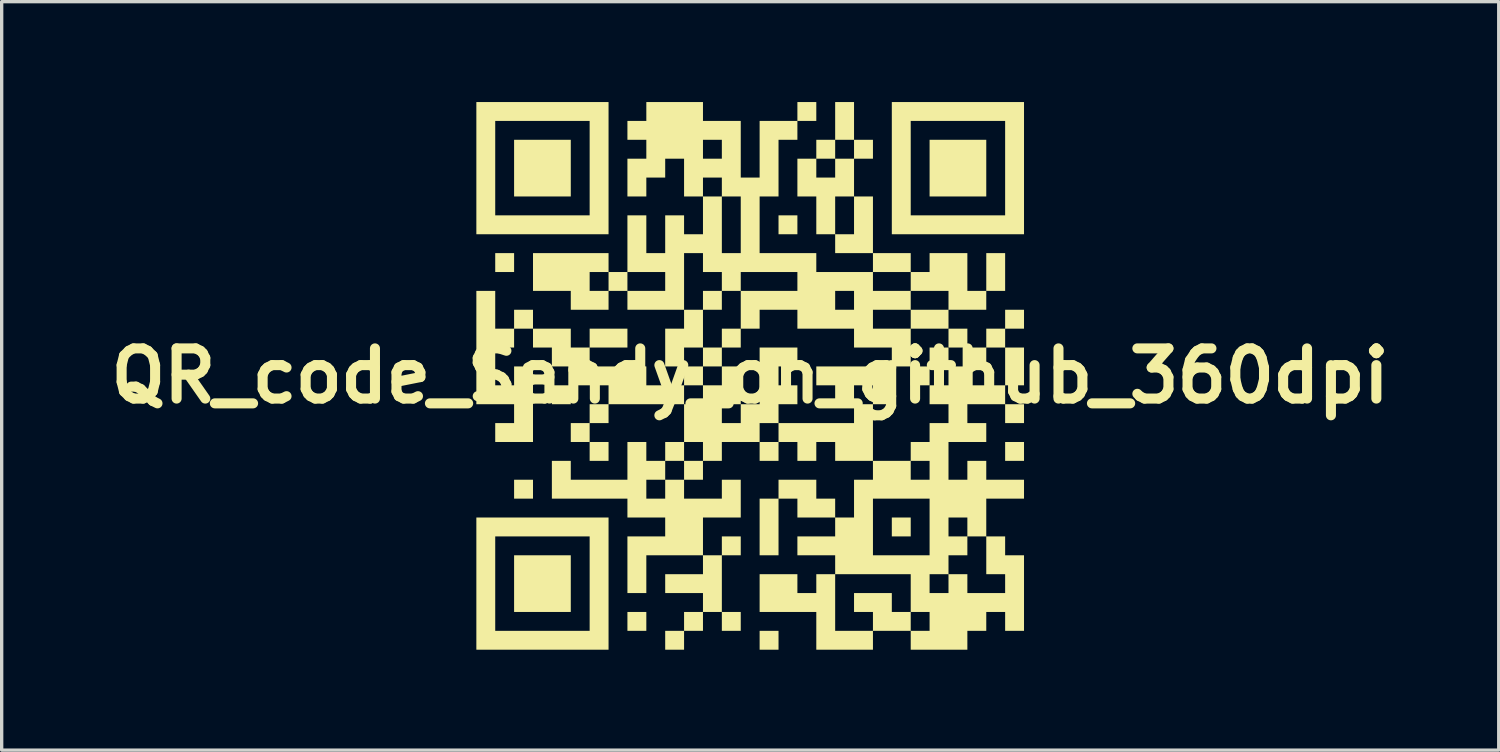
<source format=kicad_pcb>
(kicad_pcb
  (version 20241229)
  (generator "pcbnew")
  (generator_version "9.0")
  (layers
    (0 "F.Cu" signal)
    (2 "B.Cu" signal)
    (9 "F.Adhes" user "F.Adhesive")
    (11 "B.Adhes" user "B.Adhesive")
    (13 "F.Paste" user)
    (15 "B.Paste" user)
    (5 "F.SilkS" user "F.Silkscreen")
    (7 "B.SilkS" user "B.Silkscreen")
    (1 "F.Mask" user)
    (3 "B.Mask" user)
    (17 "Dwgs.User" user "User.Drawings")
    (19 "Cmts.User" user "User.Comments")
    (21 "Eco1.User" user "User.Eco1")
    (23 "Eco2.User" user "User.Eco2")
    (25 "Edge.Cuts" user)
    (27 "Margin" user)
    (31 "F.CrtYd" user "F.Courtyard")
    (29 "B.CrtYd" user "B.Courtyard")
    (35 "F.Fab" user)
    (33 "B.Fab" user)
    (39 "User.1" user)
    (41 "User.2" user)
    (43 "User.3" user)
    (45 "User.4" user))
  (footprint "QR_code_Sandy_on_github_360dpi"
    (layer "F.Cu")
    (at 19.371 8.184)
    (property "Reference" "QR_code_Sandy_on_github_360dpi" (at 0 0 0) (layer "F.SilkS") (effects (font (size 1.5 1.5) (thickness 0.3))))
    (attr board_only exclude_from_pos_files exclude_from_bom)
    (fp_poly (pts (xy -7.056 -3.387) (xy -7.056 -3.104) (xy -7.338 -3.104) (xy -7.62 -3.104) (xy -7.62 -3.387) (xy -7.62 -3.669) (xy -7.338 -3.669) (xy -7.056 -3.669)) (stroke (width 0) (type solid)) (fill yes) (layer "F.SilkS"))
    (fp_poly (pts (xy -6.491 3.387) (xy -6.491 3.669) (xy -6.773 3.669) (xy -7.056 3.669) (xy -7.056 3.387) (xy -7.056 3.104) (xy -6.773 3.104) (xy -6.491 3.104)) (stroke (width 0) (type solid)) (fill yes) (layer "F.SilkS"))
    (fp_poly (pts (xy -5.362 -6.209) (xy -5.362 -5.362) (xy -6.209 -5.362) (xy -7.056 -5.362) (xy -7.056 -6.209) (xy -7.056 -7.056) (xy -6.209 -7.056) (xy -5.362 -7.056)) (stroke (width 0) (type solid)) (fill yes) (layer "F.SilkS"))
    (fp_poly (pts (xy -5.362 6.209) (xy -5.362 7.056) (xy -6.209 7.056) (xy -7.056 7.056) (xy -7.056 6.209) (xy -7.056 5.362) (xy -6.209 5.362) (xy -5.362 5.362)) (stroke (width 0) (type solid)) (fill yes) (layer "F.SilkS"))
    (fp_poly (pts (xy -4.233 2.258) (xy -4.233 2.54) (xy -4.516 2.54) (xy -4.798 2.54) (xy -4.798 2.258) (xy -4.798 1.976) (xy -4.516 1.976) (xy -4.233 1.976)) (stroke (width 0) (type solid)) (fill yes) (layer "F.SilkS"))
    (fp_poly (pts (xy -3.104 7.338) (xy -3.104 7.62) (xy -3.387 7.62) (xy -3.669 7.62) (xy -3.669 7.338) (xy -3.669 7.056) (xy -3.387 7.056) (xy -3.104 7.056)) (stroke (width 0) (type solid)) (fill yes) (layer "F.SilkS"))
    (fp_poly (pts (xy -0.847 -2.258) (xy -0.847 -1.976) (xy -1.129 -1.976) (xy -1.411 -1.976) (xy -1.411 -2.258) (xy -1.411 -2.54) (xy -1.129 -2.54) (xy -0.847 -2.54)) (stroke (width 0) (type solid)) (fill yes) (layer "F.SilkS"))
    (fp_poly (pts (xy -0.282 7.338) (xy -0.282 7.62) (xy -0.564 7.62) (xy -0.847 7.62) (xy -0.847 7.338) (xy -0.847 7.056) (xy -0.564 7.056) (xy -0.282 7.056)) (stroke (width 0) (type solid)) (fill yes) (layer "F.SilkS"))
    (fp_poly (pts (xy 0.847 7.902) (xy 0.847 8.184) (xy 0.564 8.184) (xy 0.282 8.184) (xy 0.282 7.902) (xy 0.282 7.62) (xy 0.564 7.62) (xy 0.847 7.62)) (stroke (width 0) (type solid)) (fill yes) (layer "F.SilkS"))
    (fp_poly (pts (xy 1.411 -4.516) (xy 1.411 -4.233) (xy 1.129 -4.233) (xy 0.847 -4.233) (xy 0.847 -4.516) (xy 0.847 -4.798) (xy 1.129 -4.798) (xy 1.411 -4.798)) (stroke (width 0) (type solid)) (fill yes) (layer "F.SilkS"))
    (fp_poly (pts (xy 4.798 4.516) (xy 4.798 4.798) (xy 4.516 4.798) (xy 4.233 4.798) (xy 4.233 4.516) (xy 4.233 4.233) (xy 4.516 4.233) (xy 4.798 4.233)) (stroke (width 0) (type solid)) (fill yes) (layer "F.SilkS"))
    (fp_poly (pts (xy 7.056 -6.209) (xy 7.056 -5.362) (xy 6.209 -5.362) (xy 5.362 -5.362) (xy 5.362 -6.209) (xy 5.362 -7.056) (xy 6.209 -7.056) (xy 7.056 -7.056)) (stroke (width 0) (type solid)) (fill yes) (layer "F.SilkS"))
    (fp_poly (pts (xy 8.184 1.129) (xy 8.184 1.411) (xy 7.902 1.411) (xy 7.62 1.411) (xy 7.62 1.129) (xy 7.62 0.847) (xy 7.902 0.847) (xy 8.184 0.847)) (stroke (width 0) (type solid)) (fill yes) (layer "F.SilkS"))
    (fp_poly (pts (xy 8.184 2.258) (xy 8.184 2.54) (xy 7.902 2.54) (xy 7.62 2.54) (xy 7.62 2.258) (xy 7.62 1.976) (xy 7.902 1.976) (xy 8.184 1.976)) (stroke (width 0) (type solid)) (fill yes) (layer "F.SilkS"))
    (fp_poly (pts (xy -1.411 -1.411) (xy -1.411 -0.847) (xy -1.693 -0.847) (xy -1.976 -0.847) (xy -1.976 -0.564) (xy -1.976 -0.282) (xy -2.258 -0.282) (xy -2.54 -0.282) (xy -2.54 -0.847) (xy -2.54 -1.411) (xy -2.258 -1.411) (xy -1.976 -1.411) (xy -1.976 -1.693) (xy -1.976 -1.976) (xy -1.693 -1.976) (xy -1.411 -1.976)) (stroke (width 0) (type solid)) (fill yes) (layer "F.SilkS"))
    (fp_poly (pts (xy -0.282 -1.129) (xy -0.282 -0.847) (xy -0.564 -0.847) (xy -0.847 -0.847) (xy -0.847 -0.564) (xy -0.847 -0.282) (xy -1.129 -0.282) (xy -1.411 -0.282) (xy -1.411 -0.564) (xy -1.411 -0.847) (xy -1.129 -0.847) (xy -0.847 -0.847) (xy -0.847 -1.129) (xy -0.847 -1.411) (xy -0.564 -1.411) (xy -0.282 -1.411)) (stroke (width 0) (type solid)) (fill yes) (layer "F.SilkS"))
    (fp_poly (pts (xy 5.927 -0.564) (xy 5.927 -0.282) (xy 5.644 -0.282) (xy 5.362 -0.282) (xy 5.362 0) (xy 5.362 0.282) (xy 5.08 0.282) (xy 4.798 0.282) (xy 4.798 0) (xy 4.798 -0.282) (xy 5.08 -0.282) (xy 5.362 -0.282) (xy 5.362 -0.564) (xy 5.362 -0.847) (xy 5.644 -0.847) (xy 5.927 -0.847)) (stroke (width 0) (type solid)) (fill yes) (layer "F.SilkS"))
    (fp_poly (pts (xy -4.233 -6.209) (xy -4.233 -4.233) (xy -6.209 -4.233) (xy -8.184 -4.233) (xy -8.184 -6.209) (xy -8.184 -7.62) (xy -7.62 -7.62) (xy -7.62 -6.209) (xy -7.62 -4.798) (xy -6.209 -4.798) (xy -4.798 -4.798) (xy -4.798 -6.209) (xy -4.798 -7.62) (xy -6.209 -7.62) (xy -7.62 -7.62) (xy -8.184 -7.62) (xy -8.184 -8.184) (xy -6.209 -8.184) (xy -4.233 -8.184)) (stroke (width 0) (type solid)) (fill yes) (layer "F.SilkS"))
    (fp_poly (pts (xy -4.233 6.209) (xy -4.233 8.184) (xy -6.209 8.184) (xy -8.184 8.184) (xy -8.184 6.209) (xy -8.184 4.798) (xy -7.62 4.798) (xy -7.62 6.209) (xy -7.62 7.62) (xy -6.209 7.62) (xy -4.798 7.62) (xy -4.798 6.209) (xy -4.798 4.798) (xy -6.209 4.798) (xy -7.62 4.798) (xy -8.184 4.798) (xy -8.184 4.233) (xy -6.209 4.233) (xy -4.233 4.233)) (stroke (width 0) (type solid)) (fill yes) (layer "F.SilkS"))
    (fp_poly (pts (xy 8.184 -6.209) (xy 8.184 -4.233) (xy 6.209 -4.233) (xy 4.233 -4.233) (xy 4.233 -6.209) (xy 4.233 -7.62) (xy 4.798 -7.62) (xy 4.798 -6.209) (xy 4.798 -4.798) (xy 6.209 -4.798) (xy 7.62 -4.798) (xy 7.62 -6.209) (xy 7.62 -7.62) (xy 6.209 -7.62) (xy 4.798 -7.62) (xy 4.233 -7.62) (xy 4.233 -8.184) (xy 6.209 -8.184) (xy 8.184 -8.184)) (stroke (width 0) (type solid)) (fill yes) (layer "F.SilkS"))
    (fp_poly (pts (xy 4.233 0.282) (xy 4.233 0.847) (xy 3.951 0.847) (xy 3.669 0.847) (xy 3.669 0.564) (xy 3.669 0.282) (xy 3.387 0.282) (xy 3.104 0.282) (xy 3.104 0.564) (xy 3.104 0.847) (xy 2.822 0.847) (xy 2.54 0.847) (xy 2.54 0.564) (xy 2.54 0.282) (xy 2.258 0.282) (xy 1.976 0.282) (xy 1.976 0) (xy 1.976 -0.282) (xy 3.104 -0.282) (xy 4.233 -0.282)) (stroke (width 0) (type solid)) (fill yes) (layer "F.SilkS"))
    (fp_poly (pts (xy 8.184 -1.693) (xy 8.184 -1.411) (xy 7.902 -1.411) (xy 7.62 -1.411) (xy 7.62 -1.129) (xy 7.62 -0.847) (xy 7.338 -0.847) (xy 7.056 -0.847) (xy 7.056 -0.564) (xy 7.056 -0.282) (xy 6.773 -0.282) (xy 6.491 -0.282) (xy 6.491 -0.564) (xy 6.491 -0.847) (xy 6.209 -0.847) (xy 5.927 -0.847) (xy 5.927 -1.129) (xy 5.927 -1.411) (xy 6.209 -1.411) (xy 6.491 -1.411) (xy 6.491 -1.129) (xy 6.491 -0.847) (xy 6.773 -0.847) (xy 7.056 -0.847) (xy 7.056 -1.129) (xy 7.056 -1.411) (xy 7.338 -1.411) (xy 7.62 -1.411) (xy 7.62 -1.693) (xy 7.62 -1.976) (xy 7.902 -1.976) (xy 8.184 -1.976)) (stroke (width 0) (type solid)) (fill yes) (layer "F.SilkS"))
    (fp_poly (pts (xy -7.62 -1.976) (xy -7.62 -1.411) (xy -7.338 -1.411) (xy -7.056 -1.411) (xy -7.056 -1.693) (xy -7.056 -1.976) (xy -6.773 -1.976) (xy -6.491 -1.976) (xy -6.491 -1.693) (xy -6.491 -1.411) (xy -6.773 -1.411) (xy -7.056 -1.411) (xy -7.056 -1.129) (xy -7.056 -0.847) (xy -7.338 -0.847) (xy -7.62 -0.847) (xy -7.62 -0.282) (xy -7.62 0.282) (xy -7.338 0.282) (xy -7.056 0.282) (xy -7.056 0) (xy -7.056 -0.282) (xy -6.773 -0.282) (xy -6.491 -0.282) (xy -6.491 0.847) (xy -6.491 1.976) (xy -7.056 1.976) (xy -7.62 1.976) (xy -7.62 1.693) (xy -7.62 1.411) (xy -7.338 1.411) (xy -7.056 1.411) (xy -7.056 1.129) (xy -7.056 0.847) (xy -7.62 0.847) (xy -8.184 0.847) (xy -8.184 -0.847) (xy -8.184 -2.54) (xy -7.902 -2.54) (xy -7.62 -2.54)) (stroke (width 0) (type solid)) (fill yes) (layer "F.SilkS"))
    (fp_poly (pts (xy 3.104 -7.62) (xy 3.104 -7.056) (xy 2.822 -7.056) (xy 2.54 -7.056) (xy 2.54 -6.773) (xy 2.54 -6.491) (xy 2.258 -6.491) (xy 1.976 -6.491) (xy 1.976 -6.209) (xy 1.976 -5.927) (xy 2.258 -5.927) (xy 2.54 -5.927) (xy 2.54 -6.209) (xy 2.54 -6.491) (xy 2.822 -6.491) (xy 3.104 -6.491) (xy 3.104 -6.773) (xy 3.104 -7.056) (xy 3.387 -7.056) (xy 3.669 -7.056) (xy 3.669 -6.773) (xy 3.669 -6.491) (xy 3.387 -6.491) (xy 3.104 -6.491) (xy 3.104 -5.927) (xy 3.104 -5.362) (xy 2.822 -5.362) (xy 2.54 -5.362) (xy 2.54 -4.798) (xy 2.54 -4.233) (xy 2.822 -4.233) (xy 3.104 -4.233) (xy 3.104 -4.798) (xy 3.104 -5.362) (xy 3.387 -5.362) (xy 3.669 -5.362) (xy 3.669 -4.516) (xy 3.669 -3.669) (xy 3.104 -3.669) (xy 2.54 -3.669) (xy 2.54 -3.951) (xy 2.54 -4.233) (xy 2.258 -4.233) (xy 1.976 -4.233) (xy 1.976 -4.798) (xy 1.976 -5.362) (xy 1.693 -5.362) (xy 1.411 -5.362) (xy 1.411 -5.927) (xy 1.411 -6.491) (xy 1.693 -6.491) (xy 1.976 -6.491) (xy 1.976 -6.773) (xy 1.976 -7.056) (xy 2.258 -7.056) (xy 2.54 -7.056) (xy 2.54 -7.62) (xy 2.54 -8.184) (xy 2.822 -8.184) (xy 3.104 -8.184)) (stroke (width 0) (type solid)) (fill yes) (layer "F.SilkS"))
    (fp_poly (pts (xy -1.411 -7.902) (xy -1.411 -7.62) (xy -0.847 -7.62) (xy -0.282 -7.62) (xy -0.282 -6.773) (xy -0.282 -5.927) (xy 0 -5.927) (xy 0.282 -5.927) (xy 0.282 -6.773) (xy 0.282 -7.62) (xy 0.847 -7.62) (xy 1.411 -7.62) (xy 1.411 -7.902) (xy 1.411 -8.184) (xy 1.693 -8.184) (xy 1.976 -8.184) (xy 1.976 -7.902) (xy 1.976 -7.62) (xy 1.693 -7.62) (xy 1.411 -7.62) (xy 1.411 -7.338) (xy 1.411 -7.056) (xy 1.129 -7.056) (xy 0.847 -7.056) (xy 0.847 -6.209) (xy 0.847 -5.362) (xy 0.564 -5.362) (xy 0.282 -5.362) (xy 0.282 -4.516) (xy 0.282 -3.669) (xy 1.129 -3.669) (xy 1.976 -3.669) (xy 1.976 -3.387) (xy 1.976 -3.104) (xy 2.822 -3.104) (xy 3.669 -3.104) (xy 3.669 -2.822) (xy 3.669 -2.54) (xy 4.233 -2.54) (xy 4.798 -2.54) (xy 4.798 -2.822) (xy 4.798 -3.104) (xy 4.233 -3.104) (xy 3.669 -3.104) (xy 3.669 -3.387) (xy 3.669 -3.669) (xy 4.233 -3.669) (xy 4.798 -3.669) (xy 4.798 -3.387) (xy 4.798 -3.104) (xy 5.08 -3.104) (xy 5.362 -3.104) (xy 5.362 -3.387) (xy 5.362 -3.669) (xy 5.927 -3.669) (xy 6.491 -3.669) (xy 6.491 -3.104) (xy 6.491 -2.54) (xy 6.773 -2.54) (xy 7.056 -2.54) (xy 7.056 -3.104) (xy 7.056 -3.669) (xy 7.338 -3.669) (xy 7.62 -3.669) (xy 7.62 -3.104) (xy 7.62 -2.54) (xy 7.338 -2.54) (xy 7.056 -2.54) (xy 7.056 -2.258) (xy 7.056 -1.976) (xy 6.491 -1.976) (xy 5.927 -1.976) (xy 5.927 -1.693) (xy 5.927 -1.411) (xy 5.362 -1.411) (xy 4.798 -1.411) (xy 4.798 -0.847) (xy 4.798 -0.282) (xy 4.516 -0.282) (xy 4.233 -0.282) (xy 4.233 -0.564) (xy 4.233 -0.847) (xy 3.669 -0.847) (xy 3.104 -0.847) (xy 3.104 -1.129) (xy 3.104 -1.411) (xy 3.669 -1.411) (xy 4.233 -1.411) (xy 4.798 -1.411) (xy 4.798 -1.693) (xy 4.798 -1.976) (xy 5.362 -1.976) (xy 5.927 -1.976) (xy 5.927 -2.258) (xy 5.927 -2.54) (xy 5.362 -2.54) (xy 4.798 -2.54) (xy 4.798 -2.258) (xy 4.798 -1.976) (xy 4.233 -1.976) (xy 3.669 -1.976) (xy 3.669 -1.693) (xy 3.669 -1.411) (xy 3.104 -1.411) (xy 2.258 -1.411) (xy 1.411 -1.411) (xy 1.411 -1.693) (xy 1.411 -1.976) (xy 0.847 -1.976) (xy 0.282 -1.976) (xy 0.282 -1.693) (xy 0.282 -1.411) (xy 0 -1.411) (xy -0.282 -1.411) (xy -0.282 -1.976) (xy -0.282 -2.54) (xy 0.564 -2.54) (xy 1.411 -2.54) (xy 2.54 -2.54) (xy 2.54 -2.258) (xy 2.54 -1.976) (xy 2.822 -1.976) (xy 3.104 -1.976) (xy 3.104 -2.258) (xy 3.104 -2.54) (xy 2.822 -2.54) (xy 2.54 -2.54) (xy 1.411 -2.54) (xy 1.411 -2.822) (xy 1.411 -3.104) (xy 0.564 -3.104) (xy -0.282 -3.104) (xy -0.282 -2.822) (xy -0.282 -2.54) (xy -0.564 -2.54) (xy -0.847 -2.54) (xy -0.847 -2.822) (xy -0.847 -3.104) (xy -1.129 -3.104) (xy -1.411 -3.104) (xy -1.411 -3.387) (xy -1.411 -3.669) (xy -1.693 -3.669) (xy -1.976 -3.669) (xy -1.976 -2.822) (xy -1.976 -1.976) (xy -2.822 -1.976) (xy -3.669 -1.976) (xy -3.669 -2.258) (xy -3.669 -2.54) (xy -3.951 -2.54) (xy -4.233 -2.54) (xy -4.233 -2.258) (xy -4.233 -1.976) (xy -4.798 -1.976) (xy -5.362 -1.976) (xy -5.362 -2.258) (xy -5.362 -2.54) (xy -5.927 -2.54) (xy -6.491 -2.54) (xy -6.491 -3.104) (xy -4.798 -3.104) (xy -4.798 -2.822) (xy -4.798 -2.54) (xy -4.516 -2.54) (xy -4.233 -2.54) (xy -4.233 -2.822) (xy -4.233 -3.104) (xy -4.516 -3.104) (xy -4.798 -3.104) (xy -6.491 -3.104) (xy -6.491 -3.669) (xy -5.362 -3.669) (xy -4.233 -3.669) (xy -4.233 -3.387) (xy -4.233 -3.104) (xy -3.951 -3.104) (xy -3.669 -3.104) (xy -3.669 -2.822) (xy -3.669 -2.54) (xy -3.104 -2.54) (xy -2.54 -2.54) (xy -2.54 -2.822) (xy -2.54 -3.104) (xy -3.104 -3.104) (xy -3.669 -3.104) (xy -3.669 -3.951) (xy -3.669 -4.798) (xy -3.387 -4.798) (xy -3.104 -4.798) (xy -3.104 -4.233) (xy -3.104 -3.669) (xy -2.822 -3.669) (xy -2.54 -3.669) (xy -2.54 -4.233) (xy -2.54 -4.798) (xy -2.258 -4.798) (xy -1.976 -4.798) (xy -1.976 -4.516) (xy -1.976 -4.233) (xy -1.693 -4.233) (xy -1.411 -4.233) (xy -1.411 -4.798) (xy -1.411 -5.362) (xy -1.693 -5.362) (xy -1.976 -5.362) (xy -1.976 -5.927) (xy -1.411 -5.927) (xy -1.411 -5.644) (xy -1.411 -5.362) (xy -1.129 -5.362) (xy -0.847 -5.362) (xy -0.847 -4.516) (xy -0.847 -3.669) (xy -0.564 -3.669) (xy -0.282 -3.669) (xy -0.282 -4.516) (xy -0.282 -5.362) (xy -0.564 -5.362) (xy -0.847 -5.362) (xy -0.847 -5.644) (xy -0.847 -5.927) (xy -1.129 -5.927) (xy -1.411 -5.927) (xy -1.976 -5.927) (xy -1.976 -6.491) (xy -2.258 -6.491) (xy -2.54 -6.491) (xy -2.54 -6.209) (xy -2.54 -5.927) (xy -2.822 -5.927) (xy -3.104 -5.927) (xy -3.104 -5.644) (xy -3.104 -5.362) (xy -3.387 -5.362) (xy -3.669 -5.362) (xy -3.669 -5.927) (xy -3.669 -6.491) (xy -3.387 -6.491) (xy -3.104 -6.491) (xy -3.104 -6.773) (xy -3.104 -7.056) (xy -1.411 -7.056) (xy -1.411 -6.773) (xy -1.411 -6.491) (xy -1.129 -6.491) (xy -0.847 -6.491) (xy -0.847 -6.773) (xy -0.847 -7.056) (xy -1.129 -7.056) (xy -1.411 -7.056) (xy -3.104 -7.056) (xy -3.387 -7.056) (xy -3.669 -7.056) (xy -3.669 -7.338) (xy -3.669 -7.62) (xy -3.387 -7.62) (xy -3.104 -7.62) (xy -3.104 -7.902) (xy -3.104 -8.184) (xy -2.258 -8.184) (xy -1.411 -8.184)) (stroke (width 0) (type solid)) (fill yes) (layer "F.SilkS"))
    (fp_poly (pts (xy -5.362 -1.129) (xy -5.362 -0.847) (xy -5.08 -0.847) (xy -4.798 -0.847) (xy -4.798 -1.129) (xy -4.798 -1.411) (xy -4.233 -1.411) (xy -3.669 -1.411) (xy -3.669 -1.129) (xy -3.669 -0.847) (xy -4.233 -0.847) (xy -4.798 -0.847) (xy -4.798 -0.564) (xy -4.798 -0.282) (xy -3.951 -0.282) (xy -3.104 -0.282) (xy -3.104 0) (xy -3.104 0.282) (xy -2.54 0.282) (xy -1.976 0.282) (xy -1.976 0) (xy -1.976 -0.282) (xy -1.693 -0.282) (xy -1.411 -0.282) (xy -1.411 0) (xy -1.411 0.282) (xy -1.693 0.282) (xy -1.976 0.282) (xy -1.976 0.564) (xy -1.976 0.847) (xy -1.693 0.847) (xy -1.411 0.847) (xy -1.411 0.564) (xy -1.411 0.282) (xy -1.129 0.282) (xy -0.847 0.282) (xy -0.847 0) (xy -0.847 -0.282) (xy -0.564 -0.282) (xy -0.282 -0.282) (xy -0.282 0.282) (xy -0.282 0.847) (xy -0.564 0.847) (xy -0.847 0.847) (xy -0.847 1.129) (xy -0.847 1.411) (xy -0.564 1.411) (xy -0.282 1.411) (xy -0.282 1.129) (xy -0.282 0.847) (xy 0 0.847) (xy 0.282 0.847) (xy 0.282 0) (xy 0.282 -0.847) (xy 0.847 -0.847) (xy 1.411 -0.847) (xy 1.411 -0.564) (xy 1.411 -0.282) (xy 1.129 -0.282) (xy 0.847 -0.282) (xy 0.847 0) (xy 0.847 0.282) (xy 1.129 0.282) (xy 1.411 0.282) (xy 1.411 0.564) (xy 1.411 0.847) (xy 1.129 0.847) (xy 0.847 0.847) (xy 0.847 1.129) (xy 0.847 1.411) (xy 0.564 1.411) (xy 0.282 1.411) (xy 0.282 1.693) (xy 0.282 1.976) (xy 0.564 1.976) (xy 0.847 1.976) (xy 0.847 1.693) (xy 0.847 1.411) (xy 1.976 1.411) (xy 3.104 1.411) (xy 3.104 1.129) (xy 3.104 0.847) (xy 3.387 0.847) (xy 3.669 0.847) (xy 3.669 1.693) (xy 3.669 2.54) (xy 4.233 2.54) (xy 4.798 2.54) (xy 4.798 2.822) (xy 4.798 3.104) (xy 5.08 3.104) (xy 5.362 3.104) (xy 5.362 2.822) (xy 5.362 2.54) (xy 5.08 2.54) (xy 4.798 2.54) (xy 4.798 2.258) (xy 4.798 1.976) (xy 5.08 1.976) (xy 5.362 1.976) (xy 5.362 1.693) (xy 5.362 1.411) (xy 5.644 1.411) (xy 5.927 1.411) (xy 5.927 1.129) (xy 5.927 0.847) (xy 5.644 0.847) (xy 5.362 0.847) (xy 5.362 0.564) (xy 5.362 0.282) (xy 5.644 0.282) (xy 5.927 0.282) (xy 5.927 0) (xy 5.927 -0.282) (xy 6.209 -0.282) (xy 6.491 -0.282) (xy 6.491 0) (xy 6.491 0.282) (xy 7.056 0.282) (xy 7.62 0.282) (xy 7.62 -0.282) (xy 7.62 -0.847) (xy 7.902 -0.847) (xy 8.184 -0.847) (xy 8.184 -0.282) (xy 8.184 0.282) (xy 7.902 0.282) (xy 7.62 0.282) (xy 7.62 0.564) (xy 7.62 0.847) (xy 7.056 0.847) (xy 6.491 0.847) (xy 6.491 1.129) (xy 6.491 1.411) (xy 6.773 1.411) (xy 7.056 1.411) (xy 7.056 1.693) (xy 7.056 1.976) (xy 6.491 1.976) (xy 5.927 1.976) (xy 5.927 2.54) (xy 5.927 3.104) (xy 6.209 3.104) (xy 6.491 3.104) (xy 6.491 2.822) (xy 6.491 2.54) (xy 6.773 2.54) (xy 7.056 2.54) (xy 7.056 2.822) (xy 7.056 3.104) (xy 7.62 3.104) (xy 8.184 3.104) (xy 8.184 3.387) (xy 8.184 3.669) (xy 7.62 3.669) (xy 7.056 3.669) (xy 7.056 4.233) (xy 7.056 4.798) (xy 6.773 4.798) (xy 6.491 4.798) (xy 6.491 5.08) (xy 6.491 5.362) (xy 6.209 5.362) (xy 5.927 5.362) (xy 5.927 5.644) (xy 5.927 5.927) (xy 5.644 5.927) (xy 5.362 5.927) (xy 5.362 6.209) (xy 5.362 6.491) (xy 5.644 6.491) (xy 5.927 6.491) (xy 5.927 6.209) (xy 5.927 5.927) (xy 6.209 5.927) (xy 6.491 5.927) (xy 6.491 6.209) (xy 6.491 6.491) (xy 7.056 6.491) (xy 7.62 6.491) (xy 7.62 6.209) (xy 7.62 5.927) (xy 7.338 5.927) (xy 7.056 5.927) (xy 7.056 5.362) (xy 7.056 4.798) (xy 7.338 4.798) (xy 7.62 4.798) (xy 7.62 5.08) (xy 7.62 5.362) (xy 7.902 5.362) (xy 8.184 5.362) (xy 8.184 6.491) (xy 8.184 7.62) (xy 7.902 7.62) (xy 7.62 7.62) (xy 7.62 7.338) (xy 7.62 7.056) (xy 7.338 7.056) (xy 7.056 7.056) (xy 7.056 7.338) (xy 7.056 7.62) (xy 6.773 7.62) (xy 6.491 7.62) (xy 6.491 7.902) (xy 6.491 8.184) (xy 5.644 8.184) (xy 4.798 8.184) (xy 4.798 7.902) (xy 4.798 7.62) (xy 4.233 7.62) (xy 3.669 7.62) (xy 3.669 7.902) (xy 3.669 8.184) (xy 2.822 8.184) (xy 1.976 8.184) (xy 1.976 7.62) (xy 1.976 7.056) (xy 1.129 7.056) (xy 0.282 7.056) (xy 0.282 6.491) (xy 0.282 5.927) (xy 0.847 5.927) (xy 1.411 5.927) (xy 1.411 6.209) (xy 1.411 6.491) (xy 1.693 6.491) (xy 1.976 6.491) (xy 1.976 6.209) (xy 1.976 5.927) (xy 2.258 5.927) (xy 2.54 5.927) (xy 2.54 6.773) (xy 2.54 7.62) (xy 3.104 7.62) (xy 3.669 7.62) (xy 3.669 7.338) (xy 3.669 7.056) (xy 3.387 7.056) (xy 3.104 7.056) (xy 3.104 6.773) (xy 3.104 6.491) (xy 3.669 6.491) (xy 4.233 6.491) (xy 4.233 6.773) (xy 4.233 7.056) (xy 4.516 7.056) (xy 4.798 7.056) (xy 4.798 7.338) (xy 4.798 7.62) (xy 5.08 7.62) (xy 5.362 7.62) (xy 5.362 7.338) (xy 5.362 7.056) (xy 5.08 7.056) (xy 4.798 7.056) (xy 4.798 6.491) (xy 4.798 5.927) (xy 3.669 5.927) (xy 2.54 5.927) (xy 2.54 5.644) (xy 2.54 5.362) (xy 1.976 5.362) (xy 1.411 5.362) (xy 1.411 5.08) (xy 1.411 4.798) (xy 1.976 4.798) (xy 2.54 4.798) (xy 2.54 4.516) (xy 2.54 4.233) (xy 1.976 4.233) (xy 1.411 4.233) (xy 1.411 3.951) (xy 1.411 3.669) (xy 1.129 3.669) (xy 0.847 3.669) (xy 0.847 4.516) (xy 0.847 5.362) (xy 0.564 5.362) (xy 0.282 5.362) (xy 0.282 4.516) (xy 0.282 3.669) (xy 0.564 3.669) (xy 0.847 3.669) (xy 0.847 3.387) (xy 0.847 3.104) (xy 1.411 3.104) (xy 1.976 3.104) (xy 1.976 3.387) (xy 1.976 3.669) (xy 2.258 3.669) (xy 2.54 3.669) (xy 2.54 3.951) (xy 2.54 4.233) (xy 2.822 4.233) (xy 3.104 4.233) (xy 3.104 3.669) (xy 3.669 3.669) (xy 3.669 4.516) (xy 3.669 5.362) (xy 4.516 5.362) (xy 5.362 5.362) (xy 5.362 4.516) (xy 5.362 4.233) (xy 5.927 4.233) (xy 5.927 4.516) (xy 5.927 4.798) (xy 6.209 4.798) (xy 6.491 4.798) (xy 6.491 4.516) (xy 6.491 4.233) (xy 6.209 4.233) (xy 5.927 4.233) (xy 5.362 4.233) (xy 5.362 3.669) (xy 4.516 3.669) (xy 3.669 3.669) (xy 3.104 3.669) (xy 3.104 3.104) (xy 3.387 3.104) (xy 3.669 3.104) (xy 3.669 2.822) (xy 3.669 2.54) (xy 3.104 2.54) (xy 2.54 2.54) (xy 2.54 2.258) (xy 2.54 1.976) (xy 2.258 1.976) (xy 1.976 1.976) (xy 1.976 2.258) (xy 1.976 2.54) (xy 1.693 2.54) (xy 1.411 2.54) (xy 1.411 2.258) (xy 1.411 1.976) (xy 1.129 1.976) (xy 0.847 1.976) (xy 0.847 2.258) (xy 0.847 2.54) (xy 0.564 2.54) (xy 0.282 2.54) (xy 0.282 2.258) (xy 0.282 1.976) (xy -0.282 1.976) (xy -0.847 1.976) (xy -0.847 2.258) (xy -0.847 2.54) (xy -1.129 2.54) (xy -1.411 2.54) (xy -1.411 2.822) (xy -1.411 3.104) (xy -1.693 3.104) (xy -1.976 3.104) (xy -1.976 3.387) (xy -1.976 3.669) (xy -1.411 3.669) (xy -0.847 3.669) (xy -0.847 3.387) (xy -0.847 3.104) (xy -0.564 3.104) (xy -0.282 3.104) (xy -0.282 3.669) (xy -0.282 4.233) (xy -0.847 4.233) (xy -1.411 4.233) (xy -1.411 4.798) (xy -1.411 5.362) (xy -1.129 5.362) (xy -0.847 5.362) (xy -0.847 5.08) (xy -0.847 4.798) (xy -0.564 4.798) (xy -0.282 4.798) (xy -0.282 5.08) (xy -0.282 5.362) (xy -0.564 5.362) (xy -0.847 5.362) (xy -0.847 6.209) (xy -0.847 7.056) (xy -1.129 7.056) (xy -1.411 7.056) (xy -1.411 7.338) (xy -1.411 7.62) (xy -1.693 7.62) (xy -1.976 7.62) (xy -1.976 7.902) (xy -1.976 8.184) (xy -2.258 8.184) (xy -2.54 8.184) (xy -2.54 7.902) (xy -2.54 7.62) (xy -2.258 7.62) (xy -1.976 7.62) (xy -1.976 7.338) (xy -1.976 7.056) (xy -1.693 7.056) (xy -1.411 7.056) (xy -1.411 6.773) (xy -1.411 6.491) (xy -1.976 6.491) (xy -2.54 6.491) (xy -2.54 6.209) (xy -2.54 5.927) (xy -1.976 5.927) (xy -1.411 5.927) (xy -1.411 5.644) (xy -1.411 5.362) (xy -2.258 5.362) (xy -3.104 5.362) (xy -3.104 5.927) (xy -3.104 6.491) (xy -3.387 6.491) (xy -3.669 6.491) (xy -3.669 5.644) (xy -3.669 4.798) (xy -3.104 4.798) (xy -2.54 4.798) (xy -2.54 4.516) (xy -2.54 4.233) (xy -3.104 4.233) (xy -3.669 4.233) (xy -3.669 3.951) (xy -3.669 3.669) (xy -3.104 3.669) (xy -2.822 3.669) (xy -2.54 3.669) (xy -2.54 3.387) (xy -2.54 3.104) (xy -2.258 3.104) (xy -1.976 3.104) (xy -1.976 2.822) (xy -1.976 2.54) (xy -1.693 2.54) (xy -1.411 2.54) (xy -1.411 2.258) (xy -1.411 1.976) (xy -1.693 1.976) (xy -1.976 1.976) (xy -1.976 2.258) (xy -1.976 2.54) (xy -2.258 2.54) (xy -2.54 2.54) (xy -2.54 2.822) (xy -2.54 3.104) (xy -2.822 3.104) (xy -3.104 3.104) (xy -3.104 3.387) (xy -3.104 3.669) (xy -3.669 3.669) (xy -4.798 3.669) (xy -5.927 3.669) (xy -5.927 3.104) (xy -5.927 2.54) (xy -5.644 2.54) (xy -5.362 2.54) (xy -5.362 2.822) (xy -5.362 3.104) (xy -4.516 3.104) (xy -3.669 3.104) (xy -3.669 2.54) (xy -3.669 1.976) (xy -3.387 1.976) (xy -3.104 1.976) (xy -3.104 2.258) (xy -3.104 2.54) (xy -2.822 2.54) (xy -2.54 2.54) (xy -2.54 2.258) (xy -2.54 1.976) (xy -2.258 1.976) (xy -1.976 1.976) (xy -1.976 1.411) (xy -1.976 0.847) (xy -3.104 0.847) (xy -4.233 0.847) (xy -4.233 1.129) (xy -4.233 1.411) (xy -4.516 1.411) (xy -4.798 1.411) (xy -4.798 1.693) (xy -4.798 1.976) (xy -5.08 1.976) (xy -5.362 1.976) (xy -5.362 1.693) (xy -5.362 1.411) (xy -5.08 1.411) (xy -4.798 1.411) (xy -4.798 1.129) (xy -4.798 0.847) (xy -4.516 0.847) (xy -4.233 0.847) (xy -4.233 0.564) (xy -4.233 0.282) (xy -4.798 0.282) (xy -5.362 0.282) (xy -5.362 0.564) (xy -5.362 0.847) (xy -5.644 0.847) (xy -5.927 0.847) (xy -5.927 0.564) (xy -5.927 0.282) (xy -5.644 0.282) (xy -5.362 0.282) (xy -5.362 0) (xy -5.362 -0.282) (xy -5.644 -0.282) (xy -5.927 -0.282) (xy -5.927 -0.564) (xy -5.927 -0.847) (xy -6.209 -0.847) (xy -6.491 -0.847) (xy -6.491 -1.129) (xy -6.491 -1.411) (xy -5.927 -1.411) (xy -5.362 -1.411)) (stroke (width 0) (type solid)) (fill yes) (layer "F.SilkS")))
  (gr_rect
    (start -3 -3)
    (end 41.743 19.369)
    (stroke (width 0.1) (type default))
    (fill no)
    (layer "Edge.Cuts")))
</source>
